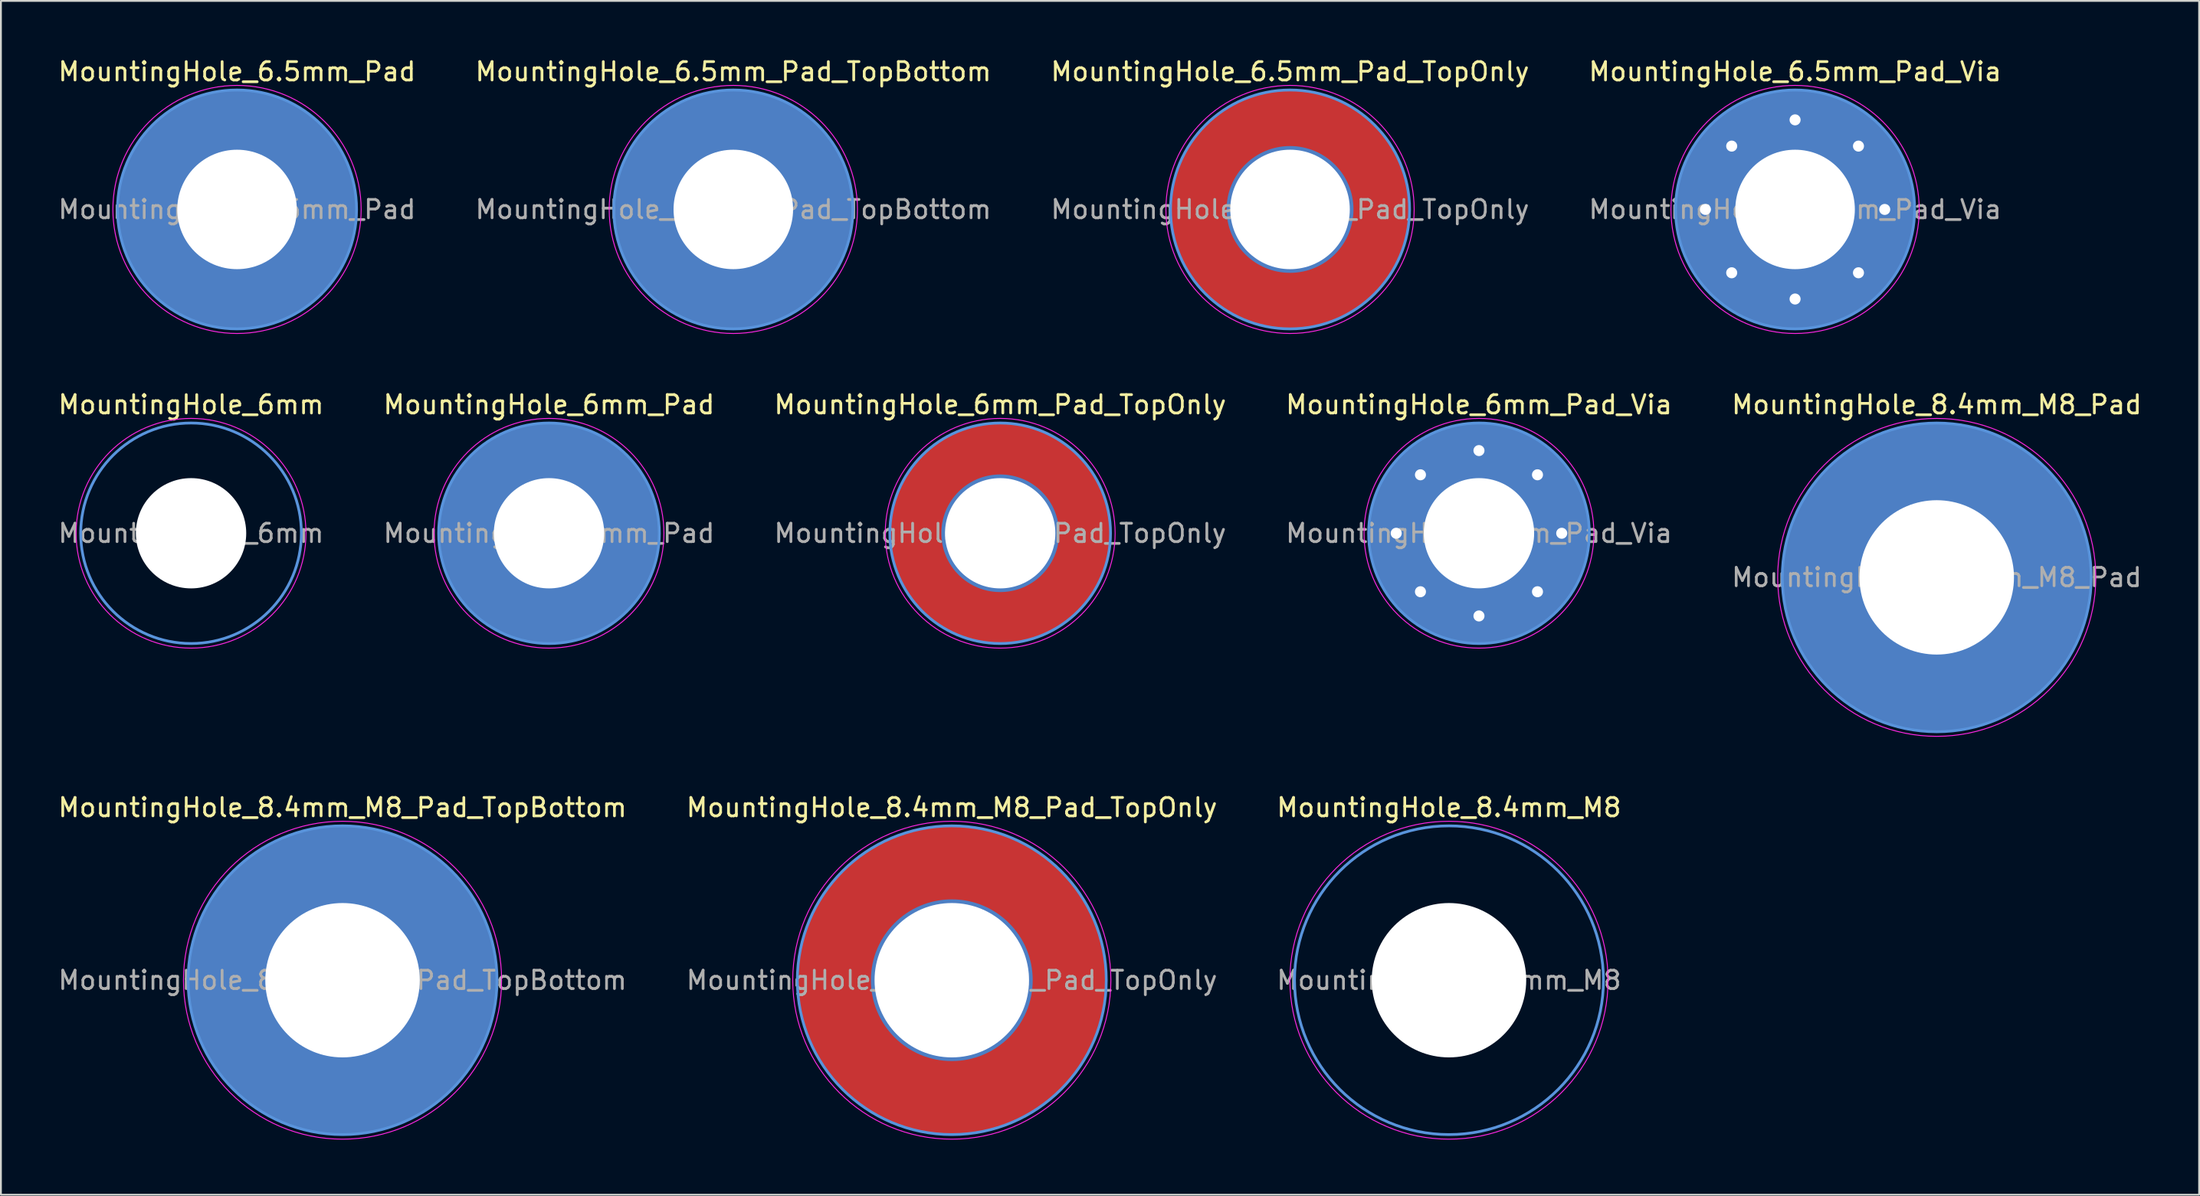
<source format=kicad_pcb>
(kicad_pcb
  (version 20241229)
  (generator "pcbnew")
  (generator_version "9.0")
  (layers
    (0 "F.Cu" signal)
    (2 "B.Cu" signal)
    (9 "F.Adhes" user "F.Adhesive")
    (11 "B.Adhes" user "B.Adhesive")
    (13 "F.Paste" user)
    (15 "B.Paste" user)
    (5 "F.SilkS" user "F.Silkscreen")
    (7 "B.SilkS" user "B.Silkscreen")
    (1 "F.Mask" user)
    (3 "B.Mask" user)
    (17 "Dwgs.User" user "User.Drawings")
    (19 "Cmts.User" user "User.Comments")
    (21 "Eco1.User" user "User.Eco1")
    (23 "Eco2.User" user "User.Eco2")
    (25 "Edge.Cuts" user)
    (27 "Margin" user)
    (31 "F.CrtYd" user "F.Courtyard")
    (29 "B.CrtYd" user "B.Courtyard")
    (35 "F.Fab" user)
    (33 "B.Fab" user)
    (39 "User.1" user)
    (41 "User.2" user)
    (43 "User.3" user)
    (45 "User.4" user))
  (footprint "MountingHole_8.4mm_M8_Pad_TopOnly"
    (layer "F.Cu")
    (at 48.708 50.295)
    (property "Reference" "MountingHole_8.4mm_M8_Pad_TopOnly" (at 0 -9.4 0) (layer "F.SilkS") (effects (font (size 1 1) (thickness 0.15))))
    (attr exclude_from_pos_files exclude_from_bom)
    (fp_circle (center 0 0) (end 8.4 0) (stroke (width 0.15) (type solid)) (fill no) (layer "Cmts.User"))
    (fp_circle (center 0 0) (end 8.65 0) (stroke (width 0.05) (type solid)) (fill no) (layer "F.CrtYd"))
    (fp_text user "${REFERENCE}" (at 0 0 0) (layer "F.Fab") (effects (font (size 1 1) (thickness 0.15))))
    (pad "" thru_hole circle (at 0 0) (size 8.8 8.8) (drill 8.4) (layers "*.Cu" "*.Mask"))
    (pad "" connect circle (at 0 0) (size 16.8 16.8) (layers "F.Cu" "F.Mask")))
  (footprint "MountingHole_8.4mm_M8"
    (layer "F.Cu")
    (at 75.744 50.295)
    (property "Reference" "MountingHole_8.4mm_M8" (at 0 -9.4 0) (layer "F.SilkS") (effects (font (size 1 1) (thickness 0.15))))
    (attr exclude_from_pos_files exclude_from_bom)
    (fp_circle (center 0 0) (end 8.4 0) (stroke (width 0.15) (type solid)) (fill no) (layer "Cmts.User"))
    (fp_circle (center 0 0) (end 8.65 0) (stroke (width 0.05) (type solid)) (fill no) (layer "F.CrtYd"))
    (fp_text user "${REFERENCE}" (at 0 0 0) (layer "F.Fab") (effects (font (size 1 1) (thickness 0.15))))
    (pad "" np_thru_hole circle (at 0 0) (size 8.4 8.4) (drill 8.4) (layers "*.Cu" "*.Mask")))
  (footprint "MountingHole_6.5mm_Pad_Via"
    (layer "F.Cu")
    (at 94.565 8.348)
    (property "Reference" "MountingHole_6.5mm_Pad_Via" (at 0 -7.5 0) (layer "F.SilkS") (effects (font (size 1 1) (thickness 0.15))))
    (attr exclude_from_pos_files exclude_from_bom)
    (fp_circle (center 0 0) (end 6.5 0) (stroke (width 0.15) (type solid)) (fill no) (layer "Cmts.User"))
    (fp_circle (center 0 0) (end 6.75 0) (stroke (width 0.05) (type solid)) (fill no) (layer "F.CrtYd"))
    (fp_text user "${REFERENCE}" (at 0 0 0) (layer "F.Fab") (effects (font (size 1 1) (thickness 0.15))))
    (pad "" thru_hole circle (at -4.875 0) (size 0.9 0.9) (drill 0.6) (layers "*.Cu" "*.Mask"))
    (pad "" thru_hole circle (at -3.447 -3.447) (size 0.9 0.9) (drill 0.6) (layers "*.Cu" "*.Mask"))
    (pad "" thru_hole circle (at -3.447 3.447) (size 0.9 0.9) (drill 0.6) (layers "*.Cu" "*.Mask"))
    (pad "" thru_hole circle (at 0 -4.875) (size 0.9 0.9) (drill 0.6) (layers "*.Cu" "*.Mask"))
    (pad "" thru_hole circle (at 0 0) (size 13 13) (drill 6.5) (layers "*.Cu" "*.Mask"))
    (pad "" thru_hole circle (at 0 4.875) (size 0.9 0.9) (drill 0.6) (layers "*.Cu" "*.Mask"))
    (pad "" thru_hole circle (at 3.447 -3.447) (size 0.9 0.9) (drill 0.6) (layers "*.Cu" "*.Mask"))
    (pad "" thru_hole circle (at 3.447 3.447) (size 0.9 0.9) (drill 0.6) (layers "*.Cu" "*.Mask"))
    (pad "" thru_hole circle (at 4.875 0) (size 0.9 0.9) (drill 0.6) (layers "*.Cu" "*.Mask")))
  (footprint "MountingHole_6.5mm_Pad"
    (layer "F.Cu")
    (at 9.839 8.348)
    (property "Reference" "MountingHole_6.5mm_Pad" (at 0 -7.5 0) (layer "F.SilkS") (effects (font (size 1 1) (thickness 0.15))))
    (attr exclude_from_pos_files exclude_from_bom)
    (fp_circle (center 0 0) (end 6.5 0) (stroke (width 0.15) (type solid)) (fill no) (layer "Cmts.User"))
    (fp_circle (center 0 0) (end 6.75 0) (stroke (width 0.05) (type solid)) (fill no) (layer "F.CrtYd"))
    (fp_text user "${REFERENCE}" (at 0 0 0) (layer "F.Fab") (effects (font (size 1 1) (thickness 0.15))))
    (pad "" thru_hole circle (at 0 0) (size 13 13) (drill 6.5) (layers "*.Cu" "*.Mask")))
  (footprint "MountingHole_6mm_Pad_Via"
    (layer "F.Cu")
    (at 77.375 25.971)
    (property "Reference" "MountingHole_6mm_Pad_Via" (at 0 -7 0) (layer "F.SilkS") (effects (font (size 1 1) (thickness 0.15))))
    (attr through_hole exclude_from_pos_files exclude_from_bom)
    (fp_circle (center 0 0) (end 6 0) (stroke (width 0.15) (type solid)) (fill no) (layer "Cmts.User"))
    (fp_circle (center 0 0) (end 6.25 0) (stroke (width 0.05) (type solid)) (fill no) (layer "F.CrtYd"))
    (fp_text user "${REFERENCE}" (at 0 0 0) (layer "F.Fab") (effects (font (size 1 1) (thickness 0.15))))
    (pad "" thru_hole circle (at -4.5 0) (size 0.9 0.9) (drill 0.6) (layers "*.Cu" "*.Mask"))
    (pad "" thru_hole circle (at -3.182 -3.182) (size 0.9 0.9) (drill 0.6) (layers "*.Cu" "*.Mask"))
    (pad "" thru_hole circle (at -3.182 3.182) (size 0.9 0.9) (drill 0.6) (layers "*.Cu" "*.Mask"))
    (pad "" thru_hole circle (at 0 -4.5) (size 0.9 0.9) (drill 0.6) (layers "*.Cu" "*.Mask"))
    (pad "" thru_hole circle (at 0 0) (size 12 12) (drill 6) (layers "*.Cu" "*.Mask"))
    (pad "" thru_hole circle (at 0 4.5) (size 0.9 0.9) (drill 0.6) (layers "*.Cu" "*.Mask"))
    (pad "" thru_hole circle (at 3.182 -3.182) (size 0.9 0.9) (drill 0.6) (layers "*.Cu" "*.Mask"))
    (pad "" thru_hole circle (at 3.182 3.182) (size 0.9 0.9) (drill 0.6) (layers "*.Cu" "*.Mask"))
    (pad "" thru_hole circle (at 4.5 0) (size 0.9 0.9) (drill 0.6) (layers "*.Cu" "*.Mask")))
  (footprint "MountingHole_6.5mm_Pad_TopBottom"
    (layer "F.Cu")
    (at 36.827 8.348)
    (property "Reference" "MountingHole_6.5mm_Pad_TopBottom" (at 0 -7.5 0) (layer "F.SilkS") (effects (font (size 1 1) (thickness 0.15))))
    (attr through_hole exclude_from_pos_files exclude_from_bom)
    (fp_circle (center 0 0) (end 6.5 0) (stroke (width 0.15) (type solid)) (fill no) (layer "Cmts.User"))
    (fp_circle (center 0 0) (end 6.75 0) (stroke (width 0.05) (type solid)) (fill no) (layer "F.CrtYd"))
    (fp_text user "${REFERENCE}" (at 0 0 0) (layer "F.Fab") (effects (font (size 1 1) (thickness 0.15))))
    (pad "" thru_hole circle (at 0 0) (size 6.9 6.9) (drill 6.5) (layers "*.Cu" "*.Mask"))
    (pad "" connect circle (at 0 0) (size 13 13) (layers "F.Cu" "F.Mask"))
    (pad "" connect circle (at 0 0) (size 13 13) (layers "B.Cu" "B.Mask")))
  (footprint "MountingHole_8.4mm_M8_Pad"
    (layer "F.Cu")
    (at 102.268 28.372)
    (property "Reference" "MountingHole_8.4mm_M8_Pad" (at 0 -9.4 0) (layer "F.SilkS") (effects (font (size 1 1) (thickness 0.15))))
    (attr exclude_from_pos_files exclude_from_bom)
    (fp_circle (center 0 0) (end 8.4 0) (stroke (width 0.15) (type solid)) (fill no) (layer "Cmts.User"))
    (fp_circle (center 0 0) (end 8.65 0) (stroke (width 0.05) (type solid)) (fill no) (layer "F.CrtYd"))
    (fp_text user "${REFERENCE}" (at 0 0 0) (layer "F.Fab") (effects (font (size 1 1) (thickness 0.15))))
    (pad "1" thru_hole circle (at 0 0) (size 16.8 16.8) (drill 8.4) (layers "*.Cu" "*.Mask")))
  (footprint "MountingHole_8.4mm_M8_Pad_TopBottom"
    (layer "F.Cu")
    (at 15.577 50.295)
    (property "Reference" "MountingHole_8.4mm_M8_Pad_TopBottom" (at 0 -9.4 0) (layer "F.SilkS") (effects (font (size 1 1) (thickness 0.15))))
    (attr exclude_from_pos_files exclude_from_bom)
    (fp_circle (center 0 0) (end 8.4 0) (stroke (width 0.15) (type solid)) (fill no) (layer "Cmts.User"))
    (fp_circle (center 0 0) (end 8.65 0) (stroke (width 0.05) (type solid)) (fill no) (layer "F.CrtYd"))
    (fp_text user "${REFERENCE}" (at 0 0 0) (layer "F.Fab") (effects (font (size 1 1) (thickness 0.15))))
    (pad "" thru_hole circle (at 0 0) (size 8.8 8.8) (drill 8.4) (layers "*.Cu" "*.Mask"))
    (pad "" connect circle (at 0 0) (size 16.8 16.8) (layers "F.Cu" "F.Mask"))
    (pad "" connect circle (at 0 0) (size 16.8 16.8) (layers "B.Cu" "B.Mask")))
  (footprint "MountingHole_6.5mm_Pad_TopOnly"
    (layer "F.Cu")
    (at 67.101 8.348)
    (property "Reference" "MountingHole_6.5mm_Pad_TopOnly" (at 0 -7.5 0) (layer "F.SilkS") (effects (font (size 1 1) (thickness 0.15))))
    (attr exclude_from_pos_files exclude_from_bom)
    (fp_circle (center 0 0) (end 6.5 0) (stroke (width 0.15) (type solid)) (fill no) (layer "Cmts.User"))
    (fp_circle (center 0 0) (end 6.75 0) (stroke (width 0.05) (type solid)) (fill no) (layer "F.CrtYd"))
    (fp_text user "${REFERENCE}" (at 0 0 0) (layer "F.Fab") (effects (font (size 1 1) (thickness 0.15))))
    (pad "1" thru_hole circle (at 0 0) (size 6.9 6.9) (drill 6.5) (layers "*.Cu" "*.Mask"))
    (pad "1" connect circle (at 0 0) (size 13 13) (layers "F.Cu" "F.Mask")))
  (footprint "MountingHole_6mm_Pad_TopOnly"
    (layer "F.Cu")
    (at 51.339 25.971)
    (property "Reference" "MountingHole_6mm_Pad_TopOnly" (at 0 -7 0) (layer "F.SilkS") (effects (font (size 1 1) (thickness 0.15))))
    (attr exclude_from_pos_files exclude_from_bom)
    (fp_circle (center 0 0) (end 6 0) (stroke (width 0.15) (type solid)) (fill no) (layer "Cmts.User"))
    (fp_circle (center 0 0) (end 6.25 0) (stroke (width 0.05) (type solid)) (fill no) (layer "F.CrtYd"))
    (fp_text user "${REFERENCE}" (at 0 0 0) (layer "F.Fab") (effects (font (size 1 1) (thickness 0.15))))
    (pad "1" thru_hole circle (at 0 0) (size 6.4 6.4) (drill 6) (layers "*.Cu" "*.Mask"))
    (pad "1" connect circle (at 0 0) (size 12 12) (layers "F.Cu" "F.Mask")))
  (footprint "MountingHole_6mm_Pad"
    (layer "F.Cu")
    (at 26.804 25.971)
    (property "Reference" "MountingHole_6mm_Pad" (at 0 -7 0) (layer "F.SilkS") (effects (font (size 1 1) (thickness 0.15))))
    (attr exclude_from_pos_files exclude_from_bom)
    (fp_circle (center 0 0) (end 6 0) (stroke (width 0.15) (type solid)) (fill no) (layer "Cmts.User"))
    (fp_circle (center 0 0) (end 6.25 0) (stroke (width 0.05) (type solid)) (fill no) (layer "F.CrtYd"))
    (fp_text user "${REFERENCE}" (at 0 0 0) (layer "F.Fab") (effects (font (size 1 1) (thickness 0.15))))
    (pad "" thru_hole circle (at 0 0) (size 12 12) (drill 6) (layers "*.Cu" "*.Mask")))
  (footprint "MountingHole_6mm"
    (layer "F.Cu")
    (at 7.339 25.971)
    (property "Reference" "MountingHole_6mm" (at 0 -7 0) (layer "F.SilkS") (effects (font (size 1 1) (thickness 0.15))))
    (attr through_hole exclude_from_pos_files exclude_from_bom)
    (fp_circle (center 0 0) (end 6 0) (stroke (width 0.15) (type solid)) (fill no) (layer "Cmts.User"))
    (fp_circle (center 0 0) (end 6.25 0) (stroke (width 0.05) (type solid)) (fill no) (layer "F.CrtYd"))
    (fp_text user "${REFERENCE}" (at 0 0 0) (layer "F.Fab") (effects (font (size 1 1) (thickness 0.15))))
    (pad "" np_thru_hole circle (at 0 0) (size 6 6) (drill 6) (layers "*.Cu" "*.Mask")))
  (gr_rect
    (start -3 -3)
    (end 116.536 61.97)
    (stroke (width 0.1) (type default))
    (fill no)
    (layer "Edge.Cuts")))
</source>
